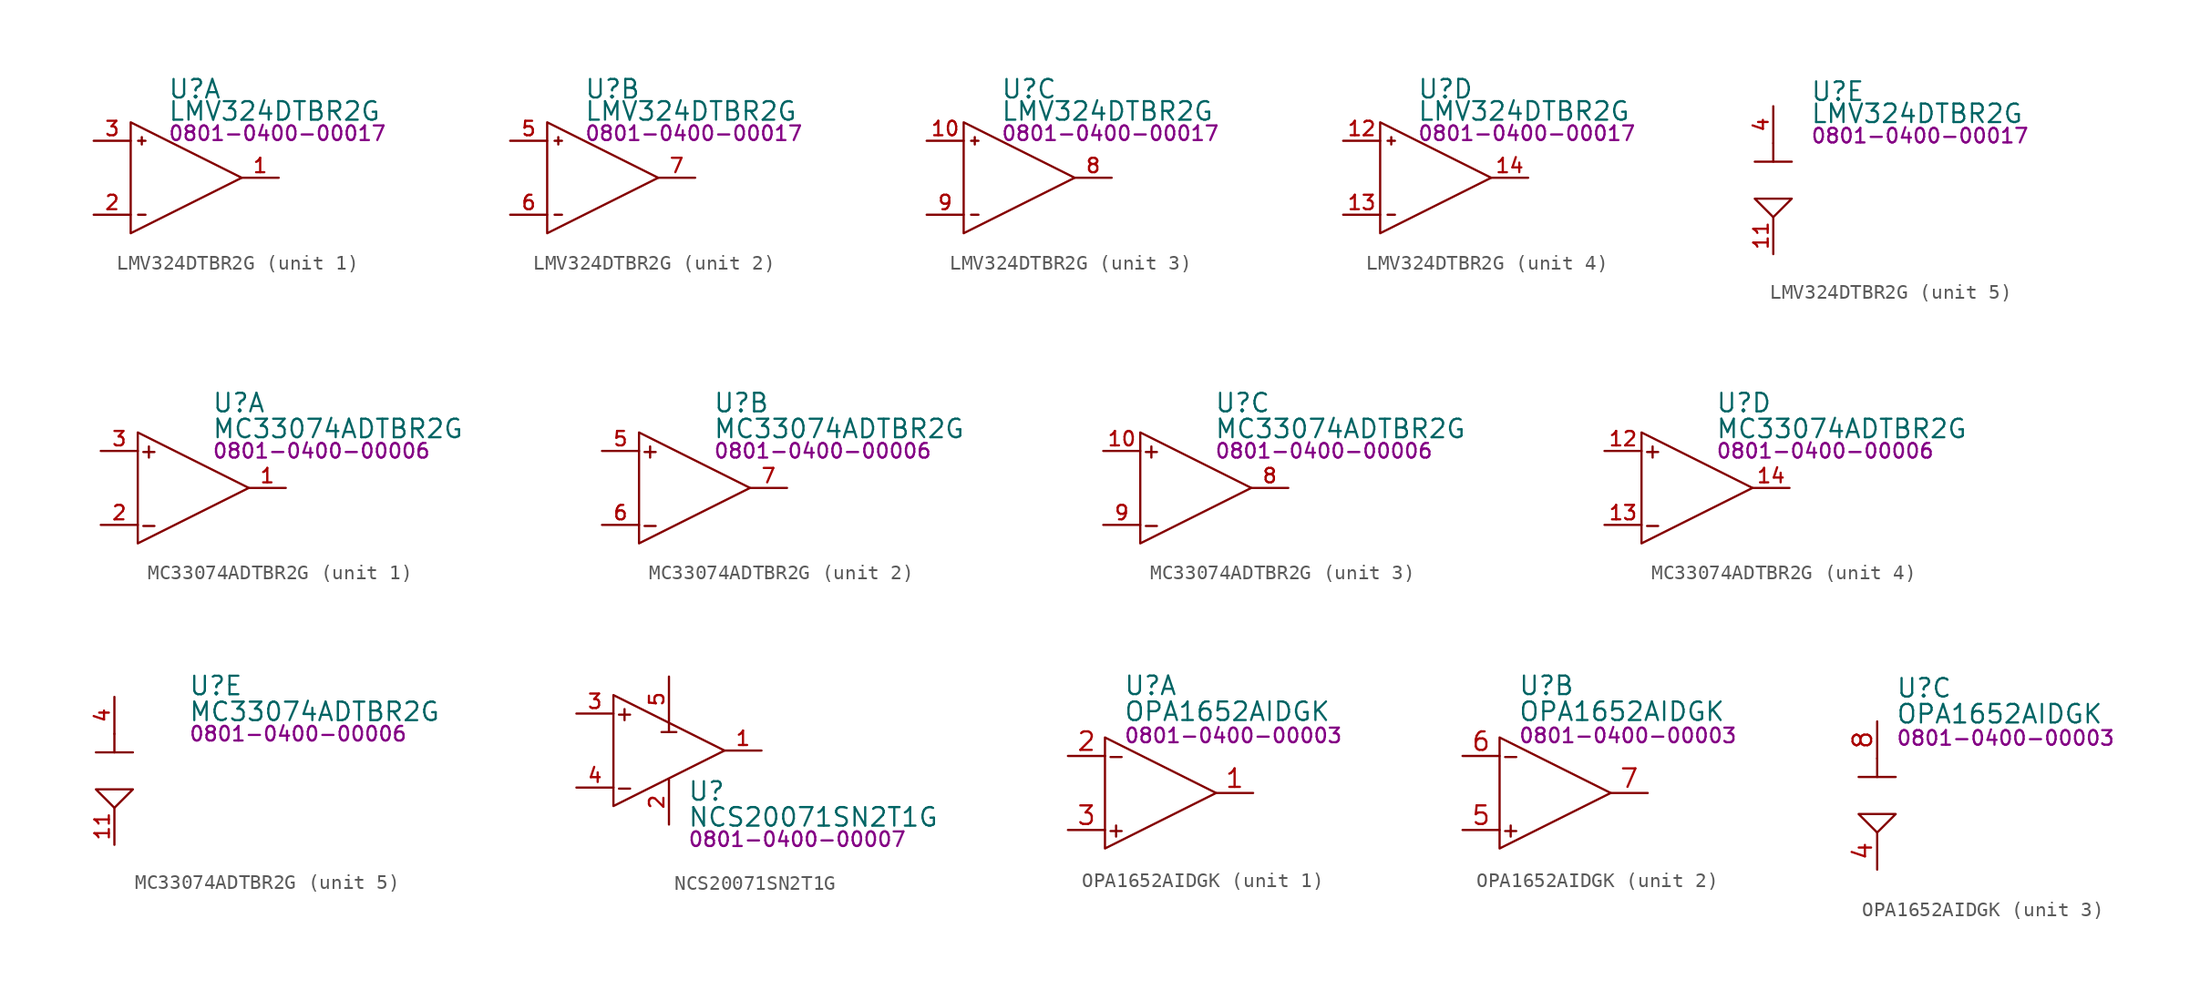
<source format=kicad_sym>
(kicad_symbol_lib
  (version 20231120)
  (generator "kicad_symbol_editor")
  (generator_version "8.0")
  (symbol "LMV324DTBR2G"
    (property "Reference" "U"
      (at 2.54 6.096 0)
      (effects (font (size 1.27 1.27)) (justify left)))
    (property "Value" "LMV324DTBR2G"
      (at 2.54 4.572 0)
      (effects (font (size 1.27 1.27)) (justify left)))
    (property "PartNumber" "0801-0400-00017"
      (at 2.54 3.048 0)
      (effects (font (size 1 1)) (justify left)))
    (symbol "LMV324DTBR2G_1_0"
      (polyline (pts (xy 0.508 -2.54) (xy 1.016 -2.54)) (stroke (width 0) (type default)) (fill (type none)))
      (polyline (pts (xy 0.508 2.54) (xy 1.016 2.54)) (stroke (width 0) (type default)) (fill (type none)))
      (polyline (pts (xy 0.762 2.794) (xy 0.762 2.286)) (stroke (width 0) (type default)) (fill (type none)))
      (polyline (pts (xy 0 3.81) (xy 0 -3.81) (xy 7.62 0) (xy 0 3.81)) (stroke (width 0) (type default)) (fill (type none)))
      (pin output line (at 10.16 0 180) (length 2.54) (name "OUT1" (effects (font (size 0 0)))) (number "1" (effects (font (size 0.991 0.991)))))
      (pin input line (at -2.54 -2.54 0) (length 2.54) (name "IN1-" (effects (font (size 0 0)))) (number "2" (effects (font (size 0.991 0.991)))))
      (pin input line (at -2.54 2.54 0) (length 2.54) (name "IN1+" (effects (font (size 0 0)))) (number "3" (effects (font (size 0.991 0.991))))))
    (symbol "LMV324DTBR2G_2_0"
      (polyline (pts (xy 0.508 -2.54) (xy 1.016 -2.54)) (stroke (width 0) (type default)) (fill (type none)))
      (polyline (pts (xy 0.508 2.54) (xy 1.016 2.54)) (stroke (width 0) (type default)) (fill (type none)))
      (polyline (pts (xy 0.762 2.794) (xy 0.762 2.286)) (stroke (width 0) (type default)) (fill (type none)))
      (polyline (pts (xy 0 3.81) (xy 0 -3.81) (xy 7.62 0) (xy 0 3.81)) (stroke (width 0) (type default)) (fill (type none)))
      (pin input line (at -2.54 2.54 0) (length 2.54) (name "IN2+" (effects (font (size 0 0)))) (number "5" (effects (font (size 0.991 0.991)))))
      (pin input line (at -2.54 -2.54 0) (length 2.54) (name "IN2-" (effects (font (size 0 0)))) (number "6" (effects (font (size 0.991 0.991)))))
      (pin output line (at 10.16 0 180) (length 2.54) (name "OUT2" (effects (font (size 0 0)))) (number "7" (effects (font (size 0.991 0.991))))))
    (symbol "LMV324DTBR2G_3_0"
      (polyline (pts (xy 0.508 -2.54) (xy 1.016 -2.54)) (stroke (width 0) (type default)) (fill (type none)))
      (polyline (pts (xy 0.508 2.54) (xy 1.016 2.54)) (stroke (width 0) (type default)) (fill (type none)))
      (polyline (pts (xy 0.762 2.794) (xy 0.762 2.286)) (stroke (width 0) (type default)) (fill (type none)))
      (polyline (pts (xy 0 3.81) (xy 0 -3.81) (xy 7.62 0) (xy 0 3.81)) (stroke (width 0) (type default)) (fill (type none)))
      (pin input line (at -2.54 2.54 0) (length 2.54) (name "IN3+" (effects (font (size 0 0)))) (number "10" (effects (font (size 0.991 0.991)))))
      (pin output line (at 10.16 0 180) (length 2.54) (name "OUT3" (effects (font (size 0 0)))) (number "8" (effects (font (size 0.991 0.991)))))
      (pin input line (at -2.54 -2.54 0) (length 2.54) (name "IN3-" (effects (font (size 0 0)))) (number "9" (effects (font (size 0.991 0.991))))))
    (symbol "LMV324DTBR2G_4_0"
      (polyline (pts (xy 0.508 -2.54) (xy 1.016 -2.54)) (stroke (width 0) (type default)) (fill (type none)))
      (polyline (pts (xy 0.508 2.54) (xy 1.016 2.54)) (stroke (width 0) (type default)) (fill (type none)))
      (polyline (pts (xy 0.762 2.794) (xy 0.762 2.286)) (stroke (width 0) (type default)) (fill (type none)))
      (polyline (pts (xy 0 3.81) (xy 0 -3.81) (xy 7.62 0) (xy 0 3.81)) (stroke (width 0) (type default)) (fill (type none)))
      (pin input line (at -2.54 2.54 0) (length 2.54) (name "IN4+" (effects (font (size 0 0)))) (number "12" (effects (font (size 0.991 0.991)))))
      (pin input line (at -2.54 -2.54 0) (length 2.54) (name "IN4-" (effects (font (size 0 0)))) (number "13" (effects (font (size 0.991 0.991)))))
      (pin output line (at 10.16 0 180) (length 2.54) (name "OUT4" (effects (font (size 0 0)))) (number "14" (effects (font (size 0.991 0.991))))))
    (symbol "LMV324DTBR2G_5_0"
      (pin power_in line (at 0 -5.08 90) (length 2.54) (name "V-" (effects (font (size 0 0)))) (number "11" (effects (font (size 0.991 0.991)))))
      (pin power_in line (at 0 5.08 270) (length 2.54) (name "V+" (effects (font (size 0 0)))) (number "4" (effects (font (size 0.991 0.991))))))
    (symbol "LMV324DTBR2G_5_1"
      (polyline (pts (xy -1.27 1.27) (xy 1.27 1.27)) (stroke (width 0) (type default)) (fill (type none)))
      (polyline (pts (xy 0 2.54) (xy 0 1.27)) (stroke (width 0) (type default)) (fill (type none)))
      (polyline (pts (xy 0 -2.54) (xy -1.27 -1.27) (xy 1.27 -1.27) (xy 0 -2.54)) (stroke (width 0) (type default)) (fill (type none)))))
  (symbol "MC33074ADTBR2G"
    (pin_names hide)
    (property "Reference" "U"
      (at 5.08 5.842 0)
      (effects (font (size 1.27 1.27)) (justify left)))
    (property "Value" "MC33074ADTBR2G"
      (at 5.08 4.064 0)
      (effects (font (size 1.27 1.27)) (justify left)))
    (property "PartNumber" "0801-0400-00006"
      (at 5.08 2.54 0)
      (effects (font (size 1 1)) (justify left)))
    (property "ki_locked" ""
      (at 0 0 0)
      (effects (font (size 1.27 1.27))))
    (symbol "MC33074ADTBR2G_1_0"
      (polyline (pts (xy 0 3.81) (xy 0 -3.81) (xy 7.62 0) (xy 0 3.81)) (stroke (width 0) (type default)) (fill (type none)))
      (text "+" (at 0.762 2.54 0) (effects (font (size 1 1))))
      (text "-" (at 0.762 -2.54 0) (effects (font (size 1 1))))
      (pin output line (at 10.16 0 180) (length 2.54) (name "OUT1" (effects (font (size 1.27 1.27)))) (number "1" (effects (font (size 0.991 0.991)))))
      (pin input line (at -2.54 -2.54 0) (length 2.54) (name "IN1-" (effects (font (size 1.27 1.27)))) (number "2" (effects (font (size 0.991 0.991)))))
      (pin input line (at -2.54 2.54 0) (length 2.54) (name "IN1+" (effects (font (size 1.27 1.27)))) (number "3" (effects (font (size 0.991 0.991))))))
    (symbol "MC33074ADTBR2G_2_0"
      (polyline (pts (xy 0 3.81) (xy 0 -3.81) (xy 7.62 0) (xy 0 3.81)) (stroke (width 0) (type default)) (fill (type none)))
      (text "+" (at 0.762 2.54 0) (effects (font (size 1 1))))
      (text "-" (at 0.762 -2.54 0) (effects (font (size 1 1))))
      (pin input line (at -2.54 2.54 0) (length 2.54) (name "IN2+" (effects (font (size 1.27 1.27)))) (number "5" (effects (font (size 0.991 0.991)))))
      (pin input line (at -2.54 -2.54 0) (length 2.54) (name "IN2-" (effects (font (size 1.27 1.27)))) (number "6" (effects (font (size 0.991 0.991)))))
      (pin output line (at 10.16 0 180) (length 2.54) (name "OUT2" (effects (font (size 1.27 1.27)))) (number "7" (effects (font (size 0.991 0.991))))))
    (symbol "MC33074ADTBR2G_3_0"
      (polyline (pts (xy 0 3.81) (xy 0 -3.81) (xy 7.62 0) (xy 0 3.81)) (stroke (width 0) (type default)) (fill (type none)))
      (text "+" (at 0.762 2.54 0) (effects (font (size 1 1))))
      (text "-" (at 0.762 -2.54 0) (effects (font (size 1 1))))
      (pin input line (at -2.54 2.54 0) (length 2.54) (name "IN3+" (effects (font (size 1.27 1.27)))) (number "10" (effects (font (size 0.991 0.991)))))
      (pin output line (at 10.16 0 180) (length 2.54) (name "OUT3" (effects (font (size 1.27 1.27)))) (number "8" (effects (font (size 0.991 0.991)))))
      (pin input line (at -2.54 -2.54 0) (length 2.54) (name "IN3-" (effects (font (size 1.27 1.27)))) (number "9" (effects (font (size 0.991 0.991))))))
    (symbol "MC33074ADTBR2G_4_0"
      (polyline (pts (xy 0 3.81) (xy 0 -3.81) (xy 7.62 0) (xy 0 3.81)) (stroke (width 0) (type default)) (fill (type none)))
      (text "+" (at 0.762 2.54 0) (effects (font (size 1 1))))
      (text "-" (at 0.762 -2.54 0) (effects (font (size 1 1))))
      (pin input line (at -2.54 2.54 0) (length 2.54) (name "IN+" (effects (font (size 1.27 1.27)))) (number "12" (effects (font (size 0.991 0.991)))))
      (pin input line (at -2.54 -2.54 0) (length 2.54) (name "IN4-" (effects (font (size 1.27 1.27)))) (number "13" (effects (font (size 0.991 0.991)))))
      (pin output line (at 10.16 0 180) (length 2.54) (name "OUT4" (effects (font (size 1.27 1.27)))) (number "14" (effects (font (size 0.991 0.991))))))
    (symbol "MC33074ADTBR2G_5_0"
      (pin power_in line (at 0 -5.08 90) (length 2.54) (name "V-" (effects (font (size 1.27 1.27)))) (number "11" (effects (font (size 0.991 0.991)))))
      (pin power_in line (at 0 5.08 270) (length 2.54) (name "V+" (effects (font (size 1.27 1.27)))) (number "4" (effects (font (size 0.991 0.991))))))
    (symbol "MC33074ADTBR2G_5_1"
      (polyline (pts (xy -1.27 1.27) (xy 1.27 1.27)) (stroke (width 0) (type default)) (fill (type none)))
      (polyline (pts (xy 0 2.54) (xy 0 1.27)) (stroke (width 0) (type default)) (fill (type none)))
      (polyline (pts (xy 0 -2.54) (xy -1.27 -1.27) (xy 1.27 -1.27) (xy 0 -2.54)) (stroke (width 0) (type default)) (fill (type none)))))
  (symbol "NCS20071SN2T1G"
    (pin_names hide)
    (property "Reference" "U"
      (at 5.08 -2.794 0)
      (effects (font (size 1.27 1.27)) (justify left)))
    (property "Value" "NCS20071SN2T1G"
      (at 5.08 -4.572 0)
      (effects (font (size 1.27 1.27)) (justify left)))
    (property "PartNumber" "0801-0400-00007"
      (at 5.08 -6.096 0)
      (effects (font (size 1 1)) (justify left)))
    (symbol "NCS20071SN2T1G_0_0"
      (pin output line (at 10.16 0 180) (length 2.54) (name "OUT" (effects (font (size 1.27 1.27)))) (number "1" (effects (font (size 0.991 0.991)))))
      (pin power_in line (at 3.81 -5.08 90) (length 3.1) (name "V-" (effects (font (size 1.27 1.27)))) (number "2" (effects (font (size 0.991 0.991)))))
      (pin input line (at -2.54 2.54 0) (length 2.54) (name "IN+" (effects (font (size 1.27 1.27)))) (number "3" (effects (font (size 0.991 0.991)))))
      (pin input line (at -2.54 -2.54 0) (length 2.54) (name "IN-" (effects (font (size 1.27 1.27)))) (number "4" (effects (font (size 0.991 0.991)))))
      (pin power_in line (at 3.81 5.08 270) (length 3.1) (name "V+" (effects (font (size 1.27 1.27)))) (number "5" (effects (font (size 0.991 0.991))))))
    (symbol "NCS20071SN2T1G_0_1"
      (polyline (pts (xy 3.302 1.27) (xy 4.318 1.27)) (stroke (width 0) (type default)) (fill (type none)))
      (polyline (pts (xy 3.811 1.877) (xy 3.81 1.27)) (stroke (width 0) (type default)) (fill (type none))))
    (symbol "NCS20071SN2T1G_1_0"
      (polyline (pts (xy 0 3.81) (xy 0 -3.81) (xy 7.62 0) (xy 0 3.81)) (stroke (width 0) (type default)) (fill (type none))))
    (symbol "NCS20071SN2T1G_1_1"
      (text "+" (at 0.762 2.54 0) (effects (font (size 1 1))))
      (text "-" (at 0.762 -2.54 0) (effects (font (size 1 1))))))
  (symbol "OPA1652AIDGK"
    (property "Reference" "U"
      (at 1.27 7.366 0)
      (effects (font (size 1.27 1.27)) (justify left)))
    (property "Value" "OPA1652AIDGK"
      (at 1.27 5.588 0)
      (effects (font (size 1.27 1.27)) (justify left)))
    (property "PartNumber" "0801-0400-00003"
      (at 1.27 3.937 0)
      (effects (font (size 1 1)) (justify left)))
    (property "ki_locked" ""
      (at 0 0 0)
      (effects (font (size 1.27 1.27))))
    (symbol "OPA1652AIDGK_1_0"
      (polyline (pts (xy 0 3.81) (xy 0 -3.81) (xy 7.62 0) (xy 0 3.81)) (stroke (width 0) (type default)) (fill (type none)))
      (pin output line (at 10.16 0 180) (length 2.54) (name "OUTA" (effects (font (size 0 0)))) (number "1" (effects (font (size 1.27 1.27)))))
      (pin input line (at -2.54 2.54 0) (length 2.54) (name "-INA" (effects (font (size 0 0)))) (number "2" (effects (font (size 1.27 1.27)))))
      (pin input line (at -2.54 -2.54 0) (length 2.54) (name "+INA" (effects (font (size 0 0)))) (number "3" (effects (font (size 1.27 1.27))))))
    (symbol "OPA1652AIDGK_1_1"
      (text "+" (at 0.762 -2.54 0) (effects (font (size 1 1))))
      (text "-" (at 0.762 2.54 0) (effects (font (size 1 1)))))
    (symbol "OPA1652AIDGK_2_0"
      (polyline (pts (xy 0 3.81) (xy 0 -3.81) (xy 7.62 0) (xy 0 3.81)) (stroke (width 0) (type default)) (fill (type none)))
      (pin input line (at -2.54 -2.54 0) (length 2.54) (name "+INB" (effects (font (size 0 0)))) (number "5" (effects (font (size 1.27 1.27)))))
      (pin input line (at -2.54 2.54 0) (length 2.54) (name "-INB" (effects (font (size 0 0)))) (number "6" (effects (font (size 1.27 1.27)))))
      (pin output line (at 10.16 0 180) (length 2.54) (name "OUTB" (effects (font (size 0 0)))) (number "7" (effects (font (size 1.27 1.27))))))
    (symbol "OPA1652AIDGK_2_1"
      (text "+" (at 0.762 -2.54 0) (effects (font (size 1 1))))
      (text "-" (at 0.762 2.54 0) (effects (font (size 1 1)))))
    (symbol "OPA1652AIDGK_3_0"
      (pin power_in line (at 0 -5.08 90) (length 2.54) (name "V-" (effects (font (size 0 0)))) (number "4" (effects (font (size 1.27 1.27)))))
      (pin power_in line (at 0 5.08 270) (length 2.54) (name "V+" (effects (font (size 0 0)))) (number "8" (effects (font (size 1.27 1.27))))))
    (symbol "OPA1652AIDGK_3_1"
      (polyline (pts (xy -1.27 1.27) (xy 1.27 1.27)) (stroke (width 0) (type default)) (fill (type none)))
      (polyline (pts (xy 0 2.54) (xy 0 1.27)) (stroke (width 0) (type default)) (fill (type none)))
      (polyline (pts (xy 0 -2.54) (xy -1.27 -1.27) (xy 1.27 -1.27) (xy 0 -2.54)) (stroke (width 0) (type default)) (fill (type none))))))
</source>
